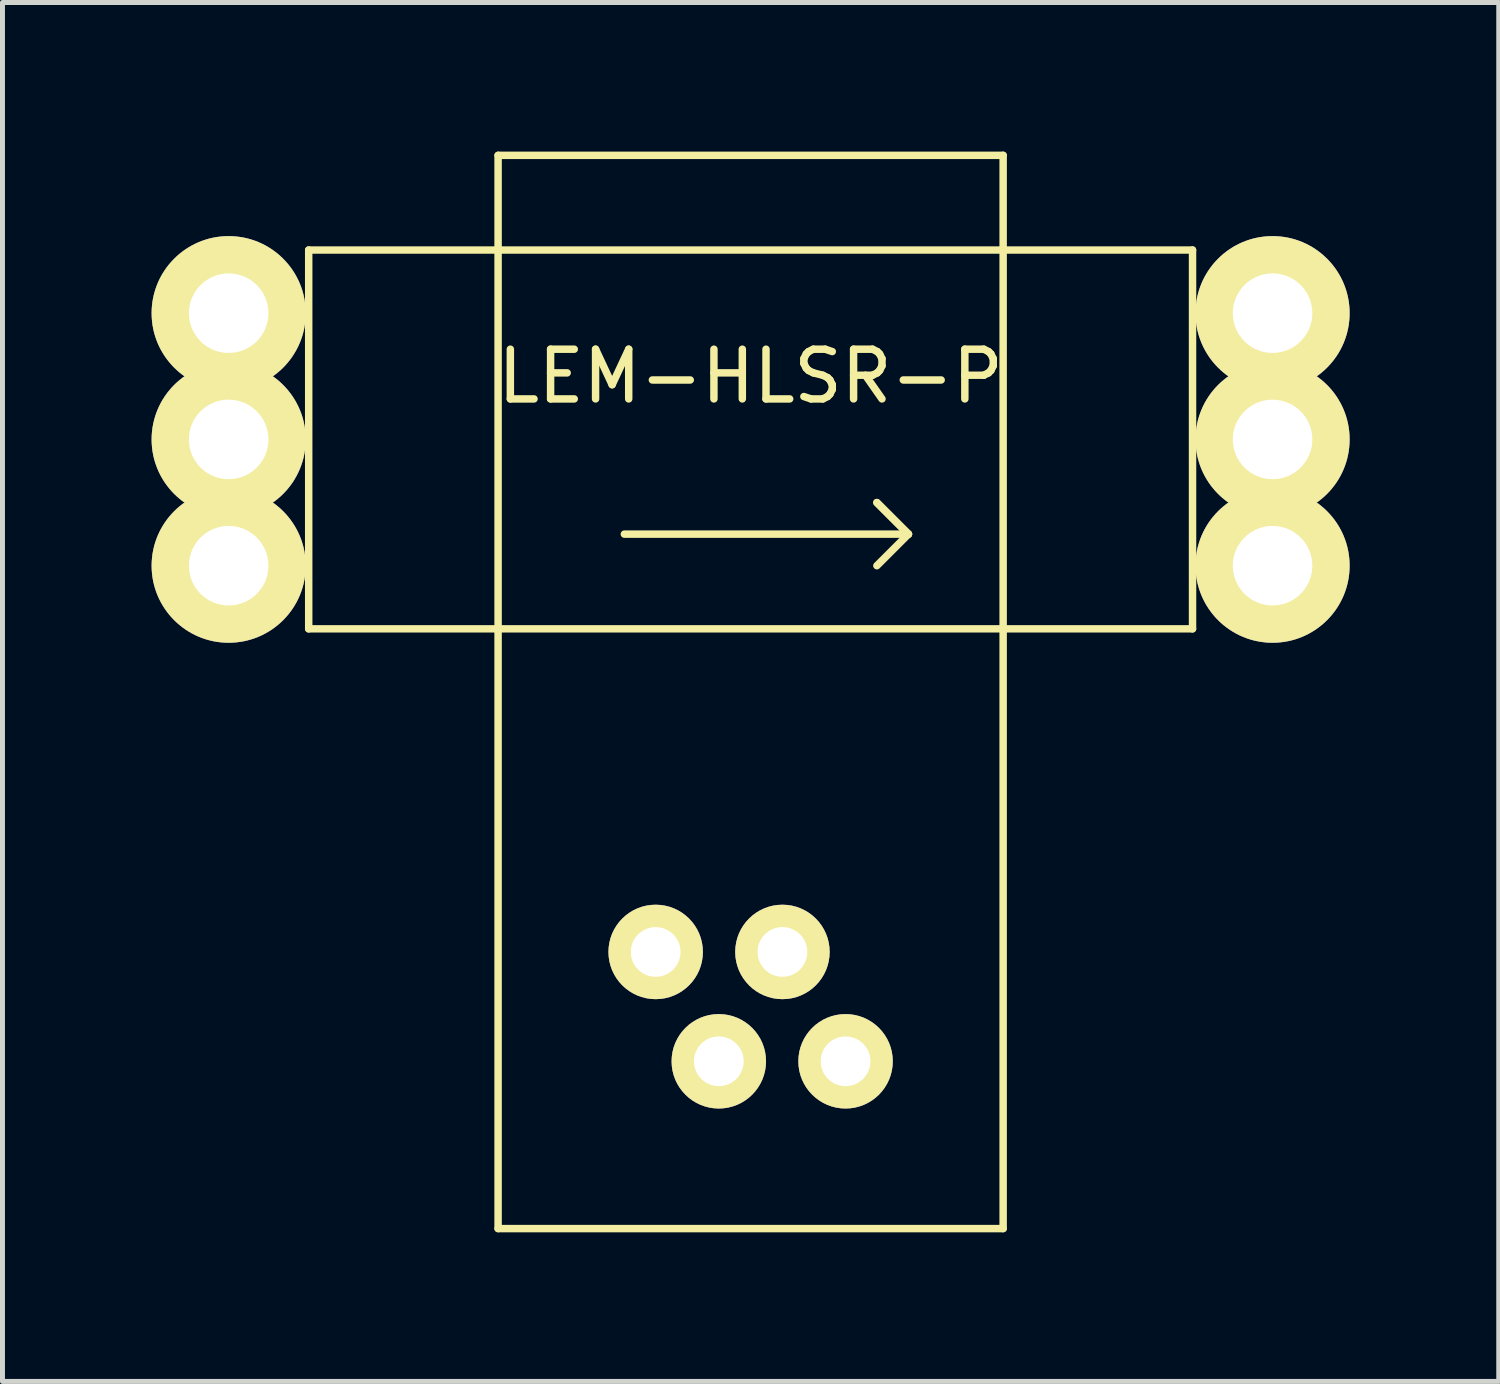
<source format=kicad_pcb>
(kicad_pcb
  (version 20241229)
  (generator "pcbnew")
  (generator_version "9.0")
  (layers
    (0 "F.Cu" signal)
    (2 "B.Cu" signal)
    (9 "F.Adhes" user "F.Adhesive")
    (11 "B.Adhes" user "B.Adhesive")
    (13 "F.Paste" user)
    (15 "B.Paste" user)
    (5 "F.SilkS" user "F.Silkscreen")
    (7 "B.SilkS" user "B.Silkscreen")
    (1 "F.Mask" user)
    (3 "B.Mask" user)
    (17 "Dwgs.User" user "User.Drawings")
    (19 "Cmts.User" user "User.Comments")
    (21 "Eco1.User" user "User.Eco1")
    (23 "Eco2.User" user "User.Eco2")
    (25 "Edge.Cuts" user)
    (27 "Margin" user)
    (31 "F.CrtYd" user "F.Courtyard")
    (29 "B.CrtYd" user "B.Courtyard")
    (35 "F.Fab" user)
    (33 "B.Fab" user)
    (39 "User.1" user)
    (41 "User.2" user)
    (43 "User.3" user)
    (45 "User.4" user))
  (footprint "LEM-HLSR-P"
    (layer "F.Cu")
    (at 12.05 5.79)
    (property "Reference" "LEM-HLSR-P" (at 0 -1.27 0) (layer "F.SilkS") (effects (font (size 1 1) (thickness 0.15))))
    (attr through_hole)
    (fp_line (start -8.89 -3.81) (end 8.89 -3.81) (stroke (width 0.15) (type solid)) (layer "F.SilkS"))
    (fp_line (start -8.89 3.81) (end -8.89 -3.81) (stroke (width 0.15) (type solid)) (layer "F.SilkS"))
    (fp_line (start -5.08 -5.715) (end 5.08 -5.715) (stroke (width 0.15) (type solid)) (layer "F.SilkS"))
    (fp_line (start -5.08 15.875) (end -5.08 -5.715) (stroke (width 0.15) (type solid)) (layer "F.SilkS"))
    (fp_line (start -2.54 1.905) (end 3.175 1.905) (stroke (width 0.15) (type solid)) (layer "F.SilkS"))
    (fp_line (start 2.54 1.27) (end 3.175 1.905) (stroke (width 0.15) (type solid)) (layer "F.SilkS"))
    (fp_line (start 3.175 1.905) (end 2.54 1.27) (stroke (width 0.15) (type solid)) (layer "F.SilkS"))
    (fp_line (start 3.175 1.905) (end 2.54 2.54) (stroke (width 0.15) (type solid)) (layer "F.SilkS"))
    (fp_line (start 5.08 -5.715) (end 5.08 15.875) (stroke (width 0.15) (type solid)) (layer "F.SilkS"))
    (fp_line (start 5.08 15.875) (end -5.08 15.875) (stroke (width 0.15) (type solid)) (layer "F.SilkS"))
    (fp_line (start 8.89 -3.81) (end 8.89 3.81) (stroke (width 0.15) (type solid)) (layer "F.SilkS"))
    (fp_line (start 8.89 3.81) (end -8.89 3.81) (stroke (width 0.15) (type solid)) (layer "F.SilkS"))
    (pad "1" thru_hole circle (at -1.91 10.31) (size 1.9 1.9) (drill 1) (layers "*.Cu" "*.Mask" "F.SilkS"))
    (pad "2" thru_hole circle (at -0.64 12.51) (size 1.9 1.9) (drill 1) (layers "*.Cu" "*.Mask" "F.SilkS"))
    (pad "3" thru_hole circle (at 0.64 10.31) (size 1.9 1.9) (drill 1) (layers "*.Cu" "*.Mask" "F.SilkS"))
    (pad "4" thru_hole circle (at 1.91 12.51) (size 1.9 1.9) (drill 1) (layers "*.Cu" "*.Mask" "F.SilkS"))
    (pad "5" thru_hole circle (at 10.5 2.54) (size 3.1 3.1) (drill 1.6) (layers "*.Cu" "*.Mask" "F.SilkS"))
    (pad "6" thru_hole circle (at 10.5 0) (size 3.1 3.1) (drill 1.6) (layers "*.Cu" "*.Mask" "F.SilkS"))
    (pad "7" thru_hole circle (at 10.5 -2.54) (size 3.1 3.1) (drill 1.6) (layers "*.Cu" "*.Mask" "F.SilkS"))
    (pad "8" thru_hole circle (at -10.5 -2.54) (size 3.1 3.1) (drill 1.6) (layers "*.Cu" "*.Mask" "F.SilkS"))
    (pad "9" thru_hole circle (at -10.5 0) (size 3.1 3.1) (drill 1.6) (layers "*.Cu" "*.Mask" "F.SilkS"))
    (pad "10" thru_hole circle (at -10.5 2.54) (size 3.1 3.1) (drill 1.6) (layers "*.Cu" "*.Mask" "F.SilkS")))
  (gr_rect
    (start -3 -3)
    (end 27.1 24.74)
    (stroke (width 0.1) (type default))
    (fill no)
    (layer "Edge.Cuts")))
</source>
